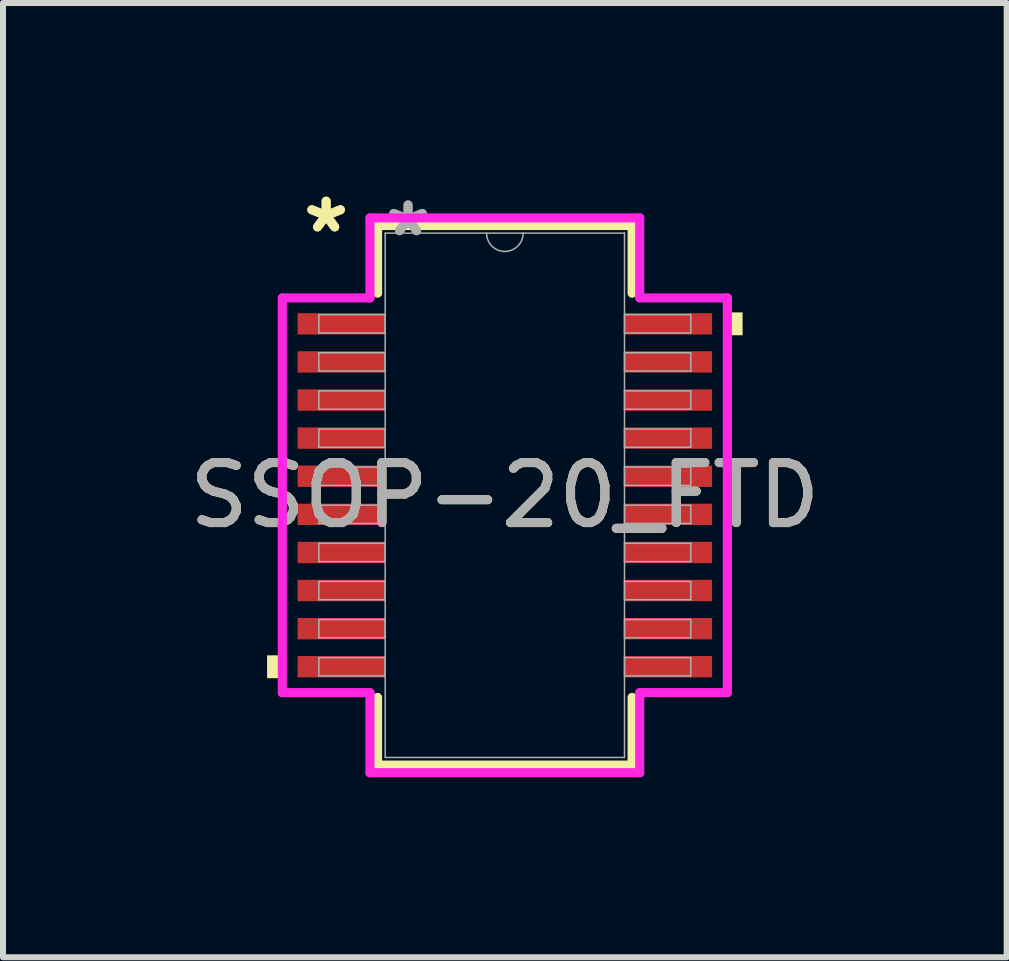
<source format=kicad_pcb>
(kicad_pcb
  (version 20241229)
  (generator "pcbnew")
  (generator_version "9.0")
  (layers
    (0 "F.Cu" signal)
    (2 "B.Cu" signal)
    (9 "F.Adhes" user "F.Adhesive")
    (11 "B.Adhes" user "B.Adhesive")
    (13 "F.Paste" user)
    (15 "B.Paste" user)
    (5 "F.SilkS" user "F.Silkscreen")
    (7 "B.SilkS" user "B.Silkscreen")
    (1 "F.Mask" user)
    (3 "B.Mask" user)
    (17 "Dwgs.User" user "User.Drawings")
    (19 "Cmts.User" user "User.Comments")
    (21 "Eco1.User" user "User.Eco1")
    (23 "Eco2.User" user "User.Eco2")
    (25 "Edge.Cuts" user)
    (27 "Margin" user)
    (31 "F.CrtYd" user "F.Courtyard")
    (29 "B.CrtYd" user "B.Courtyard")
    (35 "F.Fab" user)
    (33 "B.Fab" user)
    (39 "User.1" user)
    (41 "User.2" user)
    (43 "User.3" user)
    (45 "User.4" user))
  (footprint "SSOP-20_FTD"
    (layer "F.Cu")
    (at 5.363 5.204)
    (property "Reference" "SSOP-20_FTD" (at 0 0 0) (unlocked yes) (layer "F.SilkS") (effects (font (size 1 1) (thickness 0.15))))
    (attr smd)
    (fp_line (start -2.121 -4.496) (end -2.121 -3.368) (stroke (width 0.152) (type solid)) (layer "F.SilkS"))
    (fp_line (start -2.121 3.368) (end -2.121 4.496) (stroke (width 0.152) (type solid)) (layer "F.SilkS"))
    (fp_line (start -2.121 4.496) (end 2.121 4.496) (stroke (width 0.152) (type solid)) (layer "F.SilkS"))
    (fp_line (start 2.121 -4.496) (end -2.121 -4.496) (stroke (width 0.152) (type solid)) (layer "F.SilkS"))
    (fp_line (start 2.121 -3.368) (end 2.121 -4.496) (stroke (width 0.152) (type solid)) (layer "F.SilkS"))
    (fp_line (start 2.121 4.496) (end 2.121 3.368) (stroke (width 0.152) (type solid)) (layer "F.SilkS"))
    (fp_poly (pts (xy -3.962 2.667) (xy -3.962 3.048) (xy -3.708 3.048) (xy -3.708 2.667)) (stroke (width 0) (type solid)) (fill yes) (layer "F.SilkS"))
    (fp_poly (pts (xy 3.962 -3.048) (xy 3.962 -2.667) (xy 3.708 -2.667) (xy 3.708 -3.048)) (stroke (width 0) (type solid)) (fill yes) (layer "F.SilkS"))
    (fp_line (start -3.708 -3.289) (end -2.248 -3.289) (stroke (width 0.152) (type solid)) (layer "F.CrtYd"))
    (fp_line (start -3.708 3.289) (end -3.708 -3.289) (stroke (width 0.152) (type solid)) (layer "F.CrtYd"))
    (fp_line (start -3.708 3.289) (end -2.248 3.289) (stroke (width 0.152) (type solid)) (layer "F.CrtYd"))
    (fp_line (start -2.248 -4.623) (end 2.248 -4.623) (stroke (width 0.152) (type solid)) (layer "F.CrtYd"))
    (fp_line (start -2.248 -3.289) (end -2.248 -4.623) (stroke (width 0.152) (type solid)) (layer "F.CrtYd"))
    (fp_line (start -2.248 4.623) (end -2.248 3.289) (stroke (width 0.152) (type solid)) (layer "F.CrtYd"))
    (fp_line (start 2.248 -4.623) (end 2.248 -3.289) (stroke (width 0.152) (type solid)) (layer "F.CrtYd"))
    (fp_line (start 2.248 3.289) (end 2.248 4.623) (stroke (width 0.152) (type solid)) (layer "F.CrtYd"))
    (fp_line (start 2.248 4.623) (end -2.248 4.623) (stroke (width 0.152) (type solid)) (layer "F.CrtYd"))
    (fp_line (start 3.708 -3.289) (end 2.248 -3.289) (stroke (width 0.152) (type solid)) (layer "F.CrtYd"))
    (fp_line (start 3.708 -3.289) (end 3.708 3.289) (stroke (width 0.152) (type solid)) (layer "F.CrtYd"))
    (fp_line (start 3.708 3.289) (end 2.248 3.289) (stroke (width 0.152) (type solid)) (layer "F.CrtYd"))
    (fp_line (start -3.099 -3.01) (end -3.099 -2.705) (stroke (width 0.025) (type solid)) (layer "F.Fab"))
    (fp_line (start -3.099 -2.705) (end -1.994 -2.705) (stroke (width 0.025) (type solid)) (layer "F.Fab"))
    (fp_line (start -3.099 -2.375) (end -3.099 -2.07) (stroke (width 0.025) (type solid)) (layer "F.Fab"))
    (fp_line (start -3.099 -2.07) (end -1.994 -2.07) (stroke (width 0.025) (type solid)) (layer "F.Fab"))
    (fp_line (start -3.099 -1.74) (end -3.099 -1.435) (stroke (width 0.025) (type solid)) (layer "F.Fab"))
    (fp_line (start -3.099 -1.435) (end -1.994 -1.435) (stroke (width 0.025) (type solid)) (layer "F.Fab"))
    (fp_line (start -3.099 -1.105) (end -3.099 -0.8) (stroke (width 0.025) (type solid)) (layer "F.Fab"))
    (fp_line (start -3.099 -0.8) (end -1.994 -0.8) (stroke (width 0.025) (type solid)) (layer "F.Fab"))
    (fp_line (start -3.099 -0.47) (end -3.099 -0.165) (stroke (width 0.025) (type solid)) (layer "F.Fab"))
    (fp_line (start -3.099 -0.165) (end -1.994 -0.165) (stroke (width 0.025) (type solid)) (layer "F.Fab"))
    (fp_line (start -3.099 0.165) (end -3.099 0.47) (stroke (width 0.025) (type solid)) (layer "F.Fab"))
    (fp_line (start -3.099 0.47) (end -1.994 0.47) (stroke (width 0.025) (type solid)) (layer "F.Fab"))
    (fp_line (start -3.099 0.8) (end -3.099 1.105) (stroke (width 0.025) (type solid)) (layer "F.Fab"))
    (fp_line (start -3.099 1.105) (end -1.994 1.105) (stroke (width 0.025) (type solid)) (layer "F.Fab"))
    (fp_line (start -3.099 1.435) (end -3.099 1.74) (stroke (width 0.025) (type solid)) (layer "F.Fab"))
    (fp_line (start -3.099 1.74) (end -1.994 1.74) (stroke (width 0.025) (type solid)) (layer "F.Fab"))
    (fp_line (start -3.099 2.07) (end -3.099 2.375) (stroke (width 0.025) (type solid)) (layer "F.Fab"))
    (fp_line (start -3.099 2.375) (end -1.994 2.375) (stroke (width 0.025) (type solid)) (layer "F.Fab"))
    (fp_line (start -3.099 2.705) (end -3.099 3.01) (stroke (width 0.025) (type solid)) (layer "F.Fab"))
    (fp_line (start -3.099 3.01) (end -1.994 3.01) (stroke (width 0.025) (type solid)) (layer "F.Fab"))
    (fp_line (start -1.994 -4.369) (end -1.994 4.369) (stroke (width 0.025) (type solid)) (layer "F.Fab"))
    (fp_line (start -1.994 -3.01) (end -3.099 -3.01) (stroke (width 0.025) (type solid)) (layer "F.Fab"))
    (fp_line (start -1.994 -2.705) (end -1.994 -3.01) (stroke (width 0.025) (type solid)) (layer "F.Fab"))
    (fp_line (start -1.994 -2.375) (end -3.099 -2.375) (stroke (width 0.025) (type solid)) (layer "F.Fab"))
    (fp_line (start -1.994 -2.07) (end -1.994 -2.375) (stroke (width 0.025) (type solid)) (layer "F.Fab"))
    (fp_line (start -1.994 -1.74) (end -3.099 -1.74) (stroke (width 0.025) (type solid)) (layer "F.Fab"))
    (fp_line (start -1.994 -1.435) (end -1.994 -1.74) (stroke (width 0.025) (type solid)) (layer "F.Fab"))
    (fp_line (start -1.994 -1.105) (end -3.099 -1.105) (stroke (width 0.025) (type solid)) (layer "F.Fab"))
    (fp_line (start -1.994 -0.8) (end -1.994 -1.105) (stroke (width 0.025) (type solid)) (layer "F.Fab"))
    (fp_line (start -1.994 -0.47) (end -3.099 -0.47) (stroke (width 0.025) (type solid)) (layer "F.Fab"))
    (fp_line (start -1.994 -0.165) (end -1.994 -0.47) (stroke (width 0.025) (type solid)) (layer "F.Fab"))
    (fp_line (start -1.994 0.165) (end -3.099 0.165) (stroke (width 0.025) (type solid)) (layer "F.Fab"))
    (fp_line (start -1.994 0.47) (end -1.994 0.165) (stroke (width 0.025) (type solid)) (layer "F.Fab"))
    (fp_line (start -1.994 0.8) (end -3.099 0.8) (stroke (width 0.025) (type solid)) (layer "F.Fab"))
    (fp_line (start -1.994 1.105) (end -1.994 0.8) (stroke (width 0.025) (type solid)) (layer "F.Fab"))
    (fp_line (start -1.994 1.435) (end -3.099 1.435) (stroke (width 0.025) (type solid)) (layer "F.Fab"))
    (fp_line (start -1.994 1.74) (end -1.994 1.435) (stroke (width 0.025) (type solid)) (layer "F.Fab"))
    (fp_line (start -1.994 2.07) (end -3.099 2.07) (stroke (width 0.025) (type solid)) (layer "F.Fab"))
    (fp_line (start -1.994 2.375) (end -1.994 2.07) (stroke (width 0.025) (type solid)) (layer "F.Fab"))
    (fp_line (start -1.994 2.705) (end -3.099 2.705) (stroke (width 0.025) (type solid)) (layer "F.Fab"))
    (fp_line (start -1.994 3.01) (end -1.994 2.705) (stroke (width 0.025) (type solid)) (layer "F.Fab"))
    (fp_line (start -1.994 4.369) (end 1.994 4.369) (stroke (width 0.025) (type solid)) (layer "F.Fab"))
    (fp_line (start 1.994 -4.369) (end -1.994 -4.369) (stroke (width 0.025) (type solid)) (layer "F.Fab"))
    (fp_line (start 1.994 -3.01) (end 1.994 -2.705) (stroke (width 0.025) (type solid)) (layer "F.Fab"))
    (fp_line (start 1.994 -2.705) (end 3.099 -2.705) (stroke (width 0.025) (type solid)) (layer "F.Fab"))
    (fp_line (start 1.994 -2.375) (end 1.994 -2.07) (stroke (width 0.025) (type solid)) (layer "F.Fab"))
    (fp_line (start 1.994 -2.07) (end 3.099 -2.07) (stroke (width 0.025) (type solid)) (layer "F.Fab"))
    (fp_line (start 1.994 -1.74) (end 1.994 -1.435) (stroke (width 0.025) (type solid)) (layer "F.Fab"))
    (fp_line (start 1.994 -1.435) (end 3.099 -1.435) (stroke (width 0.025) (type solid)) (layer "F.Fab"))
    (fp_line (start 1.994 -1.105) (end 1.994 -0.8) (stroke (width 0.025) (type solid)) (layer "F.Fab"))
    (fp_line (start 1.994 -0.8) (end 3.099 -0.8) (stroke (width 0.025) (type solid)) (layer "F.Fab"))
    (fp_line (start 1.994 -0.47) (end 1.994 -0.165) (stroke (width 0.025) (type solid)) (layer "F.Fab"))
    (fp_line (start 1.994 -0.165) (end 3.099 -0.165) (stroke (width 0.025) (type solid)) (layer "F.Fab"))
    (fp_line (start 1.994 0.165) (end 1.994 0.47) (stroke (width 0.025) (type solid)) (layer "F.Fab"))
    (fp_line (start 1.994 0.47) (end 3.099 0.47) (stroke (width 0.025) (type solid)) (layer "F.Fab"))
    (fp_line (start 1.994 0.8) (end 1.994 1.105) (stroke (width 0.025) (type solid)) (layer "F.Fab"))
    (fp_line (start 1.994 1.105) (end 3.099 1.105) (stroke (width 0.025) (type solid)) (layer "F.Fab"))
    (fp_line (start 1.994 1.435) (end 1.994 1.74) (stroke (width 0.025) (type solid)) (layer "F.Fab"))
    (fp_line (start 1.994 1.74) (end 3.099 1.74) (stroke (width 0.025) (type solid)) (layer "F.Fab"))
    (fp_line (start 1.994 2.07) (end 1.994 2.375) (stroke (width 0.025) (type solid)) (layer "F.Fab"))
    (fp_line (start 1.994 2.375) (end 3.099 2.375) (stroke (width 0.025) (type solid)) (layer "F.Fab"))
    (fp_line (start 1.994 2.705) (end 1.994 3.01) (stroke (width 0.025) (type solid)) (layer "F.Fab"))
    (fp_line (start 1.994 3.01) (end 3.099 3.01) (stroke (width 0.025) (type solid)) (layer "F.Fab"))
    (fp_line (start 1.994 4.369) (end 1.994 -4.369) (stroke (width 0.025) (type solid)) (layer "F.Fab"))
    (fp_line (start 3.099 -3.01) (end 1.994 -3.01) (stroke (width 0.025) (type solid)) (layer "F.Fab"))
    (fp_line (start 3.099 -2.705) (end 3.099 -3.01) (stroke (width 0.025) (type solid)) (layer "F.Fab"))
    (fp_line (start 3.099 -2.375) (end 1.994 -2.375) (stroke (width 0.025) (type solid)) (layer "F.Fab"))
    (fp_line (start 3.099 -2.07) (end 3.099 -2.375) (stroke (width 0.025) (type solid)) (layer "F.Fab"))
    (fp_line (start 3.099 -1.74) (end 1.994 -1.74) (stroke (width 0.025) (type solid)) (layer "F.Fab"))
    (fp_line (start 3.099 -1.435) (end 3.099 -1.74) (stroke (width 0.025) (type solid)) (layer "F.Fab"))
    (fp_line (start 3.099 -1.105) (end 1.994 -1.105) (stroke (width 0.025) (type solid)) (layer "F.Fab"))
    (fp_line (start 3.099 -0.8) (end 3.099 -1.105) (stroke (width 0.025) (type solid)) (layer "F.Fab"))
    (fp_line (start 3.099 -0.47) (end 1.994 -0.47) (stroke (width 0.025) (type solid)) (layer "F.Fab"))
    (fp_line (start 3.099 -0.165) (end 3.099 -0.47) (stroke (width 0.025) (type solid)) (layer "F.Fab"))
    (fp_line (start 3.099 0.165) (end 1.994 0.165) (stroke (width 0.025) (type solid)) (layer "F.Fab"))
    (fp_line (start 3.099 0.47) (end 3.099 0.165) (stroke (width 0.025) (type solid)) (layer "F.Fab"))
    (fp_line (start 3.099 0.8) (end 1.994 0.8) (stroke (width 0.025) (type solid)) (layer "F.Fab"))
    (fp_line (start 3.099 1.105) (end 3.099 0.8) (stroke (width 0.025) (type solid)) (layer "F.Fab"))
    (fp_line (start 3.099 1.435) (end 1.994 1.435) (stroke (width 0.025) (type solid)) (layer "F.Fab"))
    (fp_line (start 3.099 1.74) (end 3.099 1.435) (stroke (width 0.025) (type solid)) (layer "F.Fab"))
    (fp_line (start 3.099 2.07) (end 1.994 2.07) (stroke (width 0.025) (type solid)) (layer "F.Fab"))
    (fp_line (start 3.099 2.375) (end 3.099 2.07) (stroke (width 0.025) (type solid)) (layer "F.Fab"))
    (fp_line (start 3.099 2.705) (end 1.994 2.705) (stroke (width 0.025) (type solid)) (layer "F.Fab"))
    (fp_line (start 3.099 3.01) (end 3.099 2.705) (stroke (width 0.025) (type solid)) (layer "F.Fab"))
    (fp_arc (start 0.3048 -4.3688) (mid 0 -4.064) (end -0.3048 -4.3688) (stroke (width 0.0254) (type solid)) (layer "F.Fab"))
    (fp_text user "*" (at -2.978 -4.356 0) (layer "F.SilkS") (effects (font (size 1 1) (thickness 0.15))))
    (fp_text user "*" (at -2.978 -4.356 0) (unlocked yes) (layer "F.SilkS") (effects (font (size 1 1) (thickness 0.15))))
    (fp_text user "*" (at -1.613 -4.293 0) (unlocked yes) (layer "F.Fab") (effects (font (size 1 1) (thickness 0.15))))
    (fp_text user "*" (at -1.613 -4.293 0) (layer "F.Fab") (effects (font (size 1 1) (thickness 0.15))))
    (fp_text user "${REFERENCE}" (at 0 0 0) (unlocked yes) (layer "F.Fab") (effects (font (size 1 1) (thickness 0.15))))
    (pad "1" smd rect (at -2.724 -2.857) (size 1.46 0.356) (layers "F.Cu" "F.Mask" "F.Paste"))
    (pad "2" smd rect (at -2.724 -2.223) (size 1.46 0.356) (layers "F.Cu" "F.Mask" "F.Paste"))
    (pad "3" smd rect (at -2.724 -1.587) (size 1.46 0.356) (layers "F.Cu" "F.Mask" "F.Paste"))
    (pad "4" smd rect (at -2.724 -0.953) (size 1.46 0.356) (layers "F.Cu" "F.Mask" "F.Paste"))
    (pad "5" smd rect (at -2.724 -0.318) (size 1.46 0.356) (layers "F.Cu" "F.Mask" "F.Paste"))
    (pad "6" smd rect (at -2.724 0.318) (size 1.46 0.356) (layers "F.Cu" "F.Mask" "F.Paste"))
    (pad "7" smd rect (at -2.724 0.953) (size 1.46 0.356) (layers "F.Cu" "F.Mask" "F.Paste"))
    (pad "8" smd rect (at -2.724 1.587) (size 1.46 0.356) (layers "F.Cu" "F.Mask" "F.Paste"))
    (pad "9" smd rect (at -2.724 2.223) (size 1.46 0.356) (layers "F.Cu" "F.Mask" "F.Paste"))
    (pad "10" smd rect (at -2.724 2.857) (size 1.46 0.356) (layers "F.Cu" "F.Mask" "F.Paste"))
    (pad "11" smd rect (at 2.724 2.857) (size 1.46 0.356) (layers "F.Cu" "F.Mask" "F.Paste"))
    (pad "12" smd rect (at 2.724 2.223) (size 1.46 0.356) (layers "F.Cu" "F.Mask" "F.Paste"))
    (pad "13" smd rect (at 2.724 1.587) (size 1.46 0.356) (layers "F.Cu" "F.Mask" "F.Paste"))
    (pad "14" smd rect (at 2.724 0.953) (size 1.46 0.356) (layers "F.Cu" "F.Mask" "F.Paste"))
    (pad "15" smd rect (at 2.724 0.318) (size 1.46 0.356) (layers "F.Cu" "F.Mask" "F.Paste"))
    (pad "16" smd rect (at 2.724 -0.318) (size 1.46 0.356) (layers "F.Cu" "F.Mask" "F.Paste"))
    (pad "17" smd rect (at 2.724 -0.953) (size 1.46 0.356) (layers "F.Cu" "F.Mask" "F.Paste"))
    (pad "18" smd rect (at 2.724 -1.587) (size 1.46 0.356) (layers "F.Cu" "F.Mask" "F.Paste"))
    (pad "19" smd rect (at 2.724 -2.223) (size 1.46 0.356) (layers "F.Cu" "F.Mask" "F.Paste"))
    (pad "20" smd rect (at 2.724 -2.857) (size 1.46 0.356) (layers "F.Cu" "F.Mask" "F.Paste")))
  (gr_rect
    (start -3 -3)
    (end 13.726 12.903)
    (stroke (width 0.1) (type default))
    (fill no)
    (layer "Edge.Cuts")))
</source>
